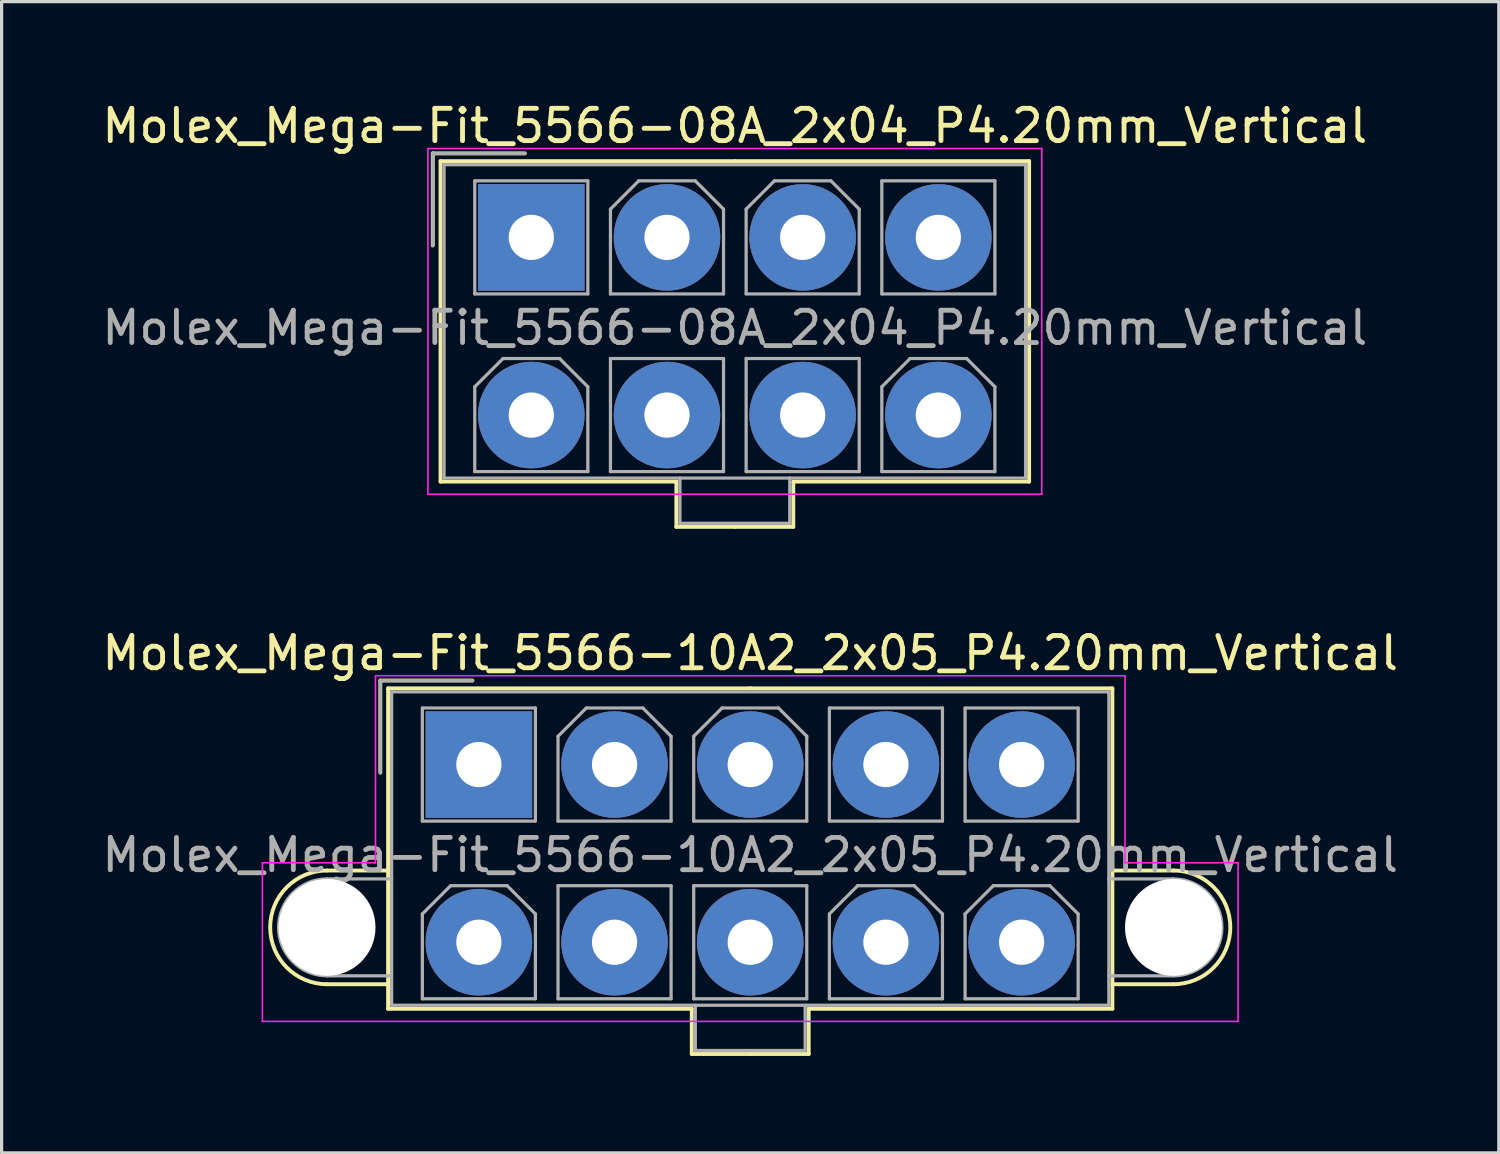
<source format=kicad_pcb>
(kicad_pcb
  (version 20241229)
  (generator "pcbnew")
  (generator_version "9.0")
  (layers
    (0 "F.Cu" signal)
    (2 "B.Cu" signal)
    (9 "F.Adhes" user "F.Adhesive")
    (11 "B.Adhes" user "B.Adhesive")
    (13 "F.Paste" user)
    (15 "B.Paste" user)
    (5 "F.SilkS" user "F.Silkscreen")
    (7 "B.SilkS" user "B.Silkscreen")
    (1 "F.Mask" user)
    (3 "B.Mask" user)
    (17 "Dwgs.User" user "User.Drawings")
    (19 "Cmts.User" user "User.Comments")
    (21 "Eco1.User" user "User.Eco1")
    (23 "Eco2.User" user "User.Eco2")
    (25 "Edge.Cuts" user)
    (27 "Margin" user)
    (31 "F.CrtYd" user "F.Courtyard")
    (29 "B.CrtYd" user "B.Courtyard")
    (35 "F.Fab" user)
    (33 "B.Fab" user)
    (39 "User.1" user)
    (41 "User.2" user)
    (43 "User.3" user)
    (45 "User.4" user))
  (footprint "Molex_Mega-Fit_5566-10A2_2x05_P4.20mm_Vertical"
    (layer "F.Cu")
    (at 11.773 20.616)
    (property "Reference" "Molex_Mega-Fit_5566-10A2_2x05_P4.20mm_Vertical" (at 8.4 -3.45 0) (layer "F.SilkS") (effects (font (size 1 1) (thickness 0.15))))
    (attr through_hole)
    (fp_line (start -4.7 3.28) (end -2.81 3.28) (stroke (width 0.12) (type solid)) (layer "F.SilkS"))
    (fp_line (start -4.7 6.8) (end -2.81 6.8) (stroke (width 0.12) (type solid)) (layer "F.SilkS"))
    (fp_line (start -3.05 -2.6) (end -3.05 0.25) (stroke (width 0.12) (type solid)) (layer "F.SilkS"))
    (fp_line (start -2.81 -2.36) (end -2.81 7.56) (stroke (width 0.12) (type solid)) (layer "F.SilkS"))
    (fp_line (start -2.81 7.56) (end 6.59 7.56) (stroke (width 0.12) (type solid)) (layer "F.SilkS"))
    (fp_line (start -0.2 -2.6) (end -3.05 -2.6) (stroke (width 0.12) (type solid)) (layer "F.SilkS"))
    (fp_line (start 6.59 7.56) (end 6.59 8.96) (stroke (width 0.12) (type solid)) (layer "F.SilkS"))
    (fp_line (start 6.59 8.96) (end 8.4 8.96) (stroke (width 0.12) (type solid)) (layer "F.SilkS"))
    (fp_line (start 8.4 -2.36) (end -2.81 -2.36) (stroke (width 0.12) (type solid)) (layer "F.SilkS"))
    (fp_line (start 8.4 -2.36) (end 19.61 -2.36) (stroke (width 0.12) (type solid)) (layer "F.SilkS"))
    (fp_line (start 10.21 7.56) (end 10.21 8.96) (stroke (width 0.12) (type solid)) (layer "F.SilkS"))
    (fp_line (start 10.21 8.96) (end 8.4 8.96) (stroke (width 0.12) (type solid)) (layer "F.SilkS"))
    (fp_line (start 19.61 -2.36) (end 19.61 7.56) (stroke (width 0.12) (type solid)) (layer "F.SilkS"))
    (fp_line (start 19.61 7.56) (end 10.21 7.56) (stroke (width 0.12) (type solid)) (layer "F.SilkS"))
    (fp_line (start 21.5 3.28) (end 19.61 3.28) (stroke (width 0.12) (type solid)) (layer "F.SilkS"))
    (fp_line (start 21.5 6.8) (end 19.61 6.8) (stroke (width 0.12) (type solid)) (layer "F.SilkS"))
    (fp_arc (start -4.7 6.8) (mid -6.46 5.04) (end -4.7 3.28) (stroke (width 0.12) (type solid)) (layer "F.SilkS"))
    (fp_arc (start 21.5 3.28) (mid 23.26 5.04) (end 21.5 6.8) (stroke (width 0.12) (type solid)) (layer "F.SilkS"))
    (fp_line (start -6.7 3.04) (end -6.7 7.95) (stroke (width 0.05) (type solid)) (layer "F.CrtYd"))
    (fp_line (start -6.7 7.95) (end 23.5 7.95) (stroke (width 0.05) (type solid)) (layer "F.CrtYd"))
    (fp_line (start -3.2 -2.75) (end -3.2 3.04) (stroke (width 0.05) (type solid)) (layer "F.CrtYd"))
    (fp_line (start -3.2 3.04) (end -6.7 3.04) (stroke (width 0.05) (type solid)) (layer "F.CrtYd"))
    (fp_line (start 20 -2.75) (end -3.2 -2.75) (stroke (width 0.05) (type solid)) (layer "F.CrtYd"))
    (fp_line (start 20 3.04) (end 20 -2.75) (stroke (width 0.05) (type solid)) (layer "F.CrtYd"))
    (fp_line (start 23.5 3.04) (end 20 3.04) (stroke (width 0.05) (type solid)) (layer "F.CrtYd"))
    (fp_line (start 23.5 7.95) (end 23.5 3.04) (stroke (width 0.05) (type solid)) (layer "F.CrtYd"))
    (fp_line (start -4.7 3.54) (end -2.7 3.54) (stroke (width 0.1) (type solid)) (layer "F.Fab"))
    (fp_line (start -4.7 6.54) (end -2.7 6.54) (stroke (width 0.1) (type solid)) (layer "F.Fab"))
    (fp_line (start -3.05 -2.6) (end -3.05 0.25) (stroke (width 0.1) (type solid)) (layer "F.Fab"))
    (fp_line (start -2.7 -2.25) (end -2.7 7.45) (stroke (width 0.1) (type solid)) (layer "F.Fab"))
    (fp_line (start -2.7 7.45) (end 19.5 7.45) (stroke (width 0.1) (type solid)) (layer "F.Fab"))
    (fp_line (start -1.75 -1.75) (end -1.75 1.75) (stroke (width 0.1) (type solid)) (layer "F.Fab"))
    (fp_line (start -1.75 1.75) (end 1.75 1.75) (stroke (width 0.1) (type solid)) (layer "F.Fab"))
    (fp_line (start -1.75 4.625) (end -0.875 3.75) (stroke (width 0.1) (type solid)) (layer "F.Fab"))
    (fp_line (start -1.75 7.25) (end -1.75 4.625) (stroke (width 0.1) (type solid)) (layer "F.Fab"))
    (fp_line (start -0.875 3.75) (end 0.875 3.75) (stroke (width 0.1) (type solid)) (layer "F.Fab"))
    (fp_line (start -0.2 -2.6) (end -3.05 -2.6) (stroke (width 0.1) (type solid)) (layer "F.Fab"))
    (fp_line (start 0.875 3.75) (end 1.75 4.625) (stroke (width 0.1) (type solid)) (layer "F.Fab"))
    (fp_line (start 1.75 -1.75) (end -1.75 -1.75) (stroke (width 0.1) (type solid)) (layer "F.Fab"))
    (fp_line (start 1.75 1.75) (end 1.75 -1.75) (stroke (width 0.1) (type solid)) (layer "F.Fab"))
    (fp_line (start 1.75 4.625) (end 1.75 7.25) (stroke (width 0.1) (type solid)) (layer "F.Fab"))
    (fp_line (start 1.75 7.25) (end -1.75 7.25) (stroke (width 0.1) (type solid)) (layer "F.Fab"))
    (fp_line (start 2.45 -0.875) (end 3.325 -1.75) (stroke (width 0.1) (type solid)) (layer "F.Fab"))
    (fp_line (start 2.45 1.75) (end 2.45 -0.875) (stroke (width 0.1) (type solid)) (layer "F.Fab"))
    (fp_line (start 2.45 3.75) (end 2.45 7.25) (stroke (width 0.1) (type solid)) (layer "F.Fab"))
    (fp_line (start 2.45 7.25) (end 5.95 7.25) (stroke (width 0.1) (type solid)) (layer "F.Fab"))
    (fp_line (start 3.325 -1.75) (end 5.075 -1.75) (stroke (width 0.1) (type solid)) (layer "F.Fab"))
    (fp_line (start 5.075 -1.75) (end 5.95 -0.875) (stroke (width 0.1) (type solid)) (layer "F.Fab"))
    (fp_line (start 5.95 -0.875) (end 5.95 1.75) (stroke (width 0.1) (type solid)) (layer "F.Fab"))
    (fp_line (start 5.95 1.75) (end 2.45 1.75) (stroke (width 0.1) (type solid)) (layer "F.Fab"))
    (fp_line (start 5.95 3.75) (end 2.45 3.75) (stroke (width 0.1) (type solid)) (layer "F.Fab"))
    (fp_line (start 5.95 7.25) (end 5.95 3.75) (stroke (width 0.1) (type solid)) (layer "F.Fab"))
    (fp_line (start 6.65 -0.875) (end 7.525 -1.75) (stroke (width 0.1) (type solid)) (layer "F.Fab"))
    (fp_line (start 6.65 1.75) (end 6.65 -0.875) (stroke (width 0.1) (type solid)) (layer "F.Fab"))
    (fp_line (start 6.65 3.75) (end 6.65 7.25) (stroke (width 0.1) (type solid)) (layer "F.Fab"))
    (fp_line (start 6.65 7.25) (end 10.15 7.25) (stroke (width 0.1) (type solid)) (layer "F.Fab"))
    (fp_line (start 6.7 7.45) (end 6.7 8.85) (stroke (width 0.1) (type solid)) (layer "F.Fab"))
    (fp_line (start 6.7 8.85) (end 10.1 8.85) (stroke (width 0.1) (type solid)) (layer "F.Fab"))
    (fp_line (start 7.525 -1.75) (end 9.275 -1.75) (stroke (width 0.1) (type solid)) (layer "F.Fab"))
    (fp_line (start 9.275 -1.75) (end 10.15 -0.875) (stroke (width 0.1) (type solid)) (layer "F.Fab"))
    (fp_line (start 10.1 8.85) (end 10.1 7.45) (stroke (width 0.1) (type solid)) (layer "F.Fab"))
    (fp_line (start 10.15 -0.875) (end 10.15 1.75) (stroke (width 0.1) (type solid)) (layer "F.Fab"))
    (fp_line (start 10.15 1.75) (end 6.65 1.75) (stroke (width 0.1) (type solid)) (layer "F.Fab"))
    (fp_line (start 10.15 3.75) (end 6.65 3.75) (stroke (width 0.1) (type solid)) (layer "F.Fab"))
    (fp_line (start 10.15 7.25) (end 10.15 3.75) (stroke (width 0.1) (type solid)) (layer "F.Fab"))
    (fp_line (start 10.85 -1.75) (end 10.85 1.75) (stroke (width 0.1) (type solid)) (layer "F.Fab"))
    (fp_line (start 10.85 1.75) (end 14.35 1.75) (stroke (width 0.1) (type solid)) (layer "F.Fab"))
    (fp_line (start 10.85 4.625) (end 11.725 3.75) (stroke (width 0.1) (type solid)) (layer "F.Fab"))
    (fp_line (start 10.85 7.25) (end 10.85 4.625) (stroke (width 0.1) (type solid)) (layer "F.Fab"))
    (fp_line (start 11.725 3.75) (end 13.475 3.75) (stroke (width 0.1) (type solid)) (layer "F.Fab"))
    (fp_line (start 13.475 3.75) (end 14.35 4.625) (stroke (width 0.1) (type solid)) (layer "F.Fab"))
    (fp_line (start 14.35 -1.75) (end 10.85 -1.75) (stroke (width 0.1) (type solid)) (layer "F.Fab"))
    (fp_line (start 14.35 1.75) (end 14.35 -1.75) (stroke (width 0.1) (type solid)) (layer "F.Fab"))
    (fp_line (start 14.35 4.625) (end 14.35 7.25) (stroke (width 0.1) (type solid)) (layer "F.Fab"))
    (fp_line (start 14.35 7.25) (end 10.85 7.25) (stroke (width 0.1) (type solid)) (layer "F.Fab"))
    (fp_line (start 15.05 -1.75) (end 15.05 1.75) (stroke (width 0.1) (type solid)) (layer "F.Fab"))
    (fp_line (start 15.05 1.75) (end 18.55 1.75) (stroke (width 0.1) (type solid)) (layer "F.Fab"))
    (fp_line (start 15.05 4.625) (end 15.925 3.75) (stroke (width 0.1) (type solid)) (layer "F.Fab"))
    (fp_line (start 15.05 7.25) (end 15.05 4.625) (stroke (width 0.1) (type solid)) (layer "F.Fab"))
    (fp_line (start 15.925 3.75) (end 17.675 3.75) (stroke (width 0.1) (type solid)) (layer "F.Fab"))
    (fp_line (start 17.675 3.75) (end 18.55 4.625) (stroke (width 0.1) (type solid)) (layer "F.Fab"))
    (fp_line (start 18.55 -1.75) (end 15.05 -1.75) (stroke (width 0.1) (type solid)) (layer "F.Fab"))
    (fp_line (start 18.55 1.75) (end 18.55 -1.75) (stroke (width 0.1) (type solid)) (layer "F.Fab"))
    (fp_line (start 18.55 4.625) (end 18.55 7.25) (stroke (width 0.1) (type solid)) (layer "F.Fab"))
    (fp_line (start 18.55 7.25) (end 15.05 7.25) (stroke (width 0.1) (type solid)) (layer "F.Fab"))
    (fp_line (start 19.5 -2.25) (end -2.7 -2.25) (stroke (width 0.1) (type solid)) (layer "F.Fab"))
    (fp_line (start 19.5 7.45) (end 19.5 -2.25) (stroke (width 0.1) (type solid)) (layer "F.Fab"))
    (fp_line (start 21.5 3.54) (end 19.5 3.54) (stroke (width 0.1) (type solid)) (layer "F.Fab"))
    (fp_line (start 21.5 6.54) (end 19.5 6.54) (stroke (width 0.1) (type solid)) (layer "F.Fab"))
    (fp_arc (start -4.7 6.54) (mid -6.2 5.04) (end -4.7 3.54) (stroke (width 0.1) (type solid)) (layer "F.Fab"))
    (fp_arc (start 21.5 3.54) (mid 23 5.04) (end 21.5 6.54) (stroke (width 0.1) (type solid)) (layer "F.Fab"))
    (fp_text user "${REFERENCE}" (at 8.4 2.8 0) (layer "F.Fab") (effects (font (size 1 1) (thickness 0.15))))
    (pad "" np_thru_hole circle (at -4.7 5.04) (size 3 3) (drill 3) (layers "*.Cu" "*.Mask"))
    (pad "" np_thru_hole circle (at 21.5 5.04) (size 3 3) (drill 3) (layers "*.Cu" "*.Mask"))
    (pad "1" thru_hole rect (at 0 0) (size 3.3 3.3) (drill 1.4) (layers "*.Cu" "*.Mask"))
    (pad "2" thru_hole circle (at 4.2 0) (size 3.3 3.3) (drill 1.4) (layers "*.Cu" "*.Mask"))
    (pad "3" thru_hole circle (at 8.4 0) (size 3.3 3.3) (drill 1.4) (layers "*.Cu" "*.Mask"))
    (pad "4" thru_hole circle (at 12.6 0) (size 3.3 3.3) (drill 1.4) (layers "*.Cu" "*.Mask"))
    (pad "5" thru_hole circle (at 16.8 0) (size 3.3 3.3) (drill 1.4) (layers "*.Cu" "*.Mask"))
    (pad "6" thru_hole circle (at 0 5.5) (size 3.3 3.3) (drill 1.4) (layers "*.Cu" "*.Mask"))
    (pad "7" thru_hole circle (at 4.2 5.5) (size 3.3 3.3) (drill 1.4) (layers "*.Cu" "*.Mask"))
    (pad "8" thru_hole circle (at 8.4 5.5) (size 3.3 3.3) (drill 1.4) (layers "*.Cu" "*.Mask"))
    (pad "9" thru_hole circle (at 12.6 5.5) (size 3.3 3.3) (drill 1.4) (layers "*.Cu" "*.Mask"))
    (pad "10" thru_hole circle (at 16.8 5.5) (size 3.3 3.3) (drill 1.4) (layers "*.Cu" "*.Mask")))
  (footprint "Molex_Mega-Fit_5566-08A_2x04_P4.20mm_Vertical"
    (layer "F.Cu")
    (at 13.396 4.298)
    (property "Reference" "Molex_Mega-Fit_5566-08A_2x04_P4.20mm_Vertical" (at 6.3 -3.45 0) (layer "F.SilkS") (effects (font (size 1 1) (thickness 0.15))))
    (attr through_hole)
    (fp_line (start -3.05 -2.6) (end -3.05 0.25) (stroke (width 0.12) (type solid)) (layer "F.SilkS"))
    (fp_line (start -2.81 -2.36) (end -2.81 7.56) (stroke (width 0.12) (type solid)) (layer "F.SilkS"))
    (fp_line (start -2.81 7.56) (end 4.49 7.56) (stroke (width 0.12) (type solid)) (layer "F.SilkS"))
    (fp_line (start -0.2 -2.6) (end -3.05 -2.6) (stroke (width 0.12) (type solid)) (layer "F.SilkS"))
    (fp_line (start 4.49 7.56) (end 4.49 8.96) (stroke (width 0.12) (type solid)) (layer "F.SilkS"))
    (fp_line (start 4.49 8.96) (end 6.3 8.96) (stroke (width 0.12) (type solid)) (layer "F.SilkS"))
    (fp_line (start 6.3 -2.36) (end -2.81 -2.36) (stroke (width 0.12) (type solid)) (layer "F.SilkS"))
    (fp_line (start 6.3 -2.36) (end 15.41 -2.36) (stroke (width 0.12) (type solid)) (layer "F.SilkS"))
    (fp_line (start 8.11 7.56) (end 8.11 8.96) (stroke (width 0.12) (type solid)) (layer "F.SilkS"))
    (fp_line (start 8.11 8.96) (end 6.3 8.96) (stroke (width 0.12) (type solid)) (layer "F.SilkS"))
    (fp_line (start 15.41 -2.36) (end 15.41 7.56) (stroke (width 0.12) (type solid)) (layer "F.SilkS"))
    (fp_line (start 15.41 7.56) (end 8.11 7.56) (stroke (width 0.12) (type solid)) (layer "F.SilkS"))
    (fp_line (start -3.2 -2.75) (end -3.2 7.95) (stroke (width 0.05) (type solid)) (layer "F.CrtYd"))
    (fp_line (start -3.2 7.95) (end 15.8 7.95) (stroke (width 0.05) (type solid)) (layer "F.CrtYd"))
    (fp_line (start 15.8 -2.75) (end -3.2 -2.75) (stroke (width 0.05) (type solid)) (layer "F.CrtYd"))
    (fp_line (start 15.8 7.95) (end 15.8 -2.75) (stroke (width 0.05) (type solid)) (layer "F.CrtYd"))
    (fp_line (start -3.05 -2.6) (end -3.05 0.25) (stroke (width 0.1) (type solid)) (layer "F.Fab"))
    (fp_line (start -2.7 -2.25) (end -2.7 7.45) (stroke (width 0.1) (type solid)) (layer "F.Fab"))
    (fp_line (start -2.7 7.45) (end 15.3 7.45) (stroke (width 0.1) (type solid)) (layer "F.Fab"))
    (fp_line (start -1.75 -1.75) (end -1.75 1.75) (stroke (width 0.1) (type solid)) (layer "F.Fab"))
    (fp_line (start -1.75 1.75) (end 1.75 1.75) (stroke (width 0.1) (type solid)) (layer "F.Fab"))
    (fp_line (start -1.75 4.625) (end -0.875 3.75) (stroke (width 0.1) (type solid)) (layer "F.Fab"))
    (fp_line (start -1.75 7.25) (end -1.75 4.625) (stroke (width 0.1) (type solid)) (layer "F.Fab"))
    (fp_line (start -0.875 3.75) (end 0.875 3.75) (stroke (width 0.1) (type solid)) (layer "F.Fab"))
    (fp_line (start -0.2 -2.6) (end -3.05 -2.6) (stroke (width 0.1) (type solid)) (layer "F.Fab"))
    (fp_line (start 0.875 3.75) (end 1.75 4.625) (stroke (width 0.1) (type solid)) (layer "F.Fab"))
    (fp_line (start 1.75 -1.75) (end -1.75 -1.75) (stroke (width 0.1) (type solid)) (layer "F.Fab"))
    (fp_line (start 1.75 1.75) (end 1.75 -1.75) (stroke (width 0.1) (type solid)) (layer "F.Fab"))
    (fp_line (start 1.75 4.625) (end 1.75 7.25) (stroke (width 0.1) (type solid)) (layer "F.Fab"))
    (fp_line (start 1.75 7.25) (end -1.75 7.25) (stroke (width 0.1) (type solid)) (layer "F.Fab"))
    (fp_line (start 2.45 -0.875) (end 3.325 -1.75) (stroke (width 0.1) (type solid)) (layer "F.Fab"))
    (fp_line (start 2.45 1.75) (end 2.45 -0.875) (stroke (width 0.1) (type solid)) (layer "F.Fab"))
    (fp_line (start 2.45 3.75) (end 2.45 7.25) (stroke (width 0.1) (type solid)) (layer "F.Fab"))
    (fp_line (start 2.45 7.25) (end 5.95 7.25) (stroke (width 0.1) (type solid)) (layer "F.Fab"))
    (fp_line (start 3.325 -1.75) (end 5.075 -1.75) (stroke (width 0.1) (type solid)) (layer "F.Fab"))
    (fp_line (start 4.6 7.45) (end 4.6 8.85) (stroke (width 0.1) (type solid)) (layer "F.Fab"))
    (fp_line (start 4.6 8.85) (end 8 8.85) (stroke (width 0.1) (type solid)) (layer "F.Fab"))
    (fp_line (start 5.075 -1.75) (end 5.95 -0.875) (stroke (width 0.1) (type solid)) (layer "F.Fab"))
    (fp_line (start 5.95 -0.875) (end 5.95 1.75) (stroke (width 0.1) (type solid)) (layer "F.Fab"))
    (fp_line (start 5.95 1.75) (end 2.45 1.75) (stroke (width 0.1) (type solid)) (layer "F.Fab"))
    (fp_line (start 5.95 3.75) (end 2.45 3.75) (stroke (width 0.1) (type solid)) (layer "F.Fab"))
    (fp_line (start 5.95 7.25) (end 5.95 3.75) (stroke (width 0.1) (type solid)) (layer "F.Fab"))
    (fp_line (start 6.65 -0.875) (end 7.525 -1.75) (stroke (width 0.1) (type solid)) (layer "F.Fab"))
    (fp_line (start 6.65 1.75) (end 6.65 -0.875) (stroke (width 0.1) (type solid)) (layer "F.Fab"))
    (fp_line (start 6.65 3.75) (end 6.65 7.25) (stroke (width 0.1) (type solid)) (layer "F.Fab"))
    (fp_line (start 6.65 7.25) (end 10.15 7.25) (stroke (width 0.1) (type solid)) (layer "F.Fab"))
    (fp_line (start 7.525 -1.75) (end 9.275 -1.75) (stroke (width 0.1) (type solid)) (layer "F.Fab"))
    (fp_line (start 8 8.85) (end 8 7.45) (stroke (width 0.1) (type solid)) (layer "F.Fab"))
    (fp_line (start 9.275 -1.75) (end 10.15 -0.875) (stroke (width 0.1) (type solid)) (layer "F.Fab"))
    (fp_line (start 10.15 -0.875) (end 10.15 1.75) (stroke (width 0.1) (type solid)) (layer "F.Fab"))
    (fp_line (start 10.15 1.75) (end 6.65 1.75) (stroke (width 0.1) (type solid)) (layer "F.Fab"))
    (fp_line (start 10.15 3.75) (end 6.65 3.75) (stroke (width 0.1) (type solid)) (layer "F.Fab"))
    (fp_line (start 10.15 7.25) (end 10.15 3.75) (stroke (width 0.1) (type solid)) (layer "F.Fab"))
    (fp_line (start 10.85 -1.75) (end 10.85 1.75) (stroke (width 0.1) (type solid)) (layer "F.Fab"))
    (fp_line (start 10.85 1.75) (end 14.35 1.75) (stroke (width 0.1) (type solid)) (layer "F.Fab"))
    (fp_line (start 10.85 4.625) (end 11.725 3.75) (stroke (width 0.1) (type solid)) (layer "F.Fab"))
    (fp_line (start 10.85 7.25) (end 10.85 4.625) (stroke (width 0.1) (type solid)) (layer "F.Fab"))
    (fp_line (start 11.725 3.75) (end 13.475 3.75) (stroke (width 0.1) (type solid)) (layer "F.Fab"))
    (fp_line (start 13.475 3.75) (end 14.35 4.625) (stroke (width 0.1) (type solid)) (layer "F.Fab"))
    (fp_line (start 14.35 -1.75) (end 10.85 -1.75) (stroke (width 0.1) (type solid)) (layer "F.Fab"))
    (fp_line (start 14.35 1.75) (end 14.35 -1.75) (stroke (width 0.1) (type solid)) (layer "F.Fab"))
    (fp_line (start 14.35 4.625) (end 14.35 7.25) (stroke (width 0.1) (type solid)) (layer "F.Fab"))
    (fp_line (start 14.35 7.25) (end 10.85 7.25) (stroke (width 0.1) (type solid)) (layer "F.Fab"))
    (fp_line (start 15.3 -2.25) (end -2.7 -2.25) (stroke (width 0.1) (type solid)) (layer "F.Fab"))
    (fp_line (start 15.3 7.45) (end 15.3 -2.25) (stroke (width 0.1) (type solid)) (layer "F.Fab"))
    (fp_text user "${REFERENCE}" (at 6.3 2.8 0) (layer "F.Fab") (effects (font (size 1 1) (thickness 0.15))))
    (pad "1" thru_hole rect (at 0 0) (size 3.3 3.3) (drill 1.4) (layers "*.Cu" "*.Mask"))
    (pad "2" thru_hole circle (at 4.2 0) (size 3.3 3.3) (drill 1.4) (layers "*.Cu" "*.Mask"))
    (pad "3" thru_hole circle (at 8.4 0) (size 3.3 3.3) (drill 1.4) (layers "*.Cu" "*.Mask"))
    (pad "4" thru_hole circle (at 12.6 0) (size 3.3 3.3) (drill 1.4) (layers "*.Cu" "*.Mask"))
    (pad "5" thru_hole circle (at 0 5.5) (size 3.3 3.3) (drill 1.4) (layers "*.Cu" "*.Mask"))
    (pad "6" thru_hole circle (at 4.2 5.5) (size 3.3 3.3) (drill 1.4) (layers "*.Cu" "*.Mask"))
    (pad "7" thru_hole circle (at 8.4 5.5) (size 3.3 3.3) (drill 1.4) (layers "*.Cu" "*.Mask"))
    (pad "8" thru_hole circle (at 12.6 5.5) (size 3.3 3.3) (drill 1.4) (layers "*.Cu" "*.Mask")))
  (gr_rect
    (start -3 -3)
    (end 43.345 32.636)
    (stroke (width 0.1) (type default))
    (fill no)
    (layer "Edge.Cuts")))
</source>
